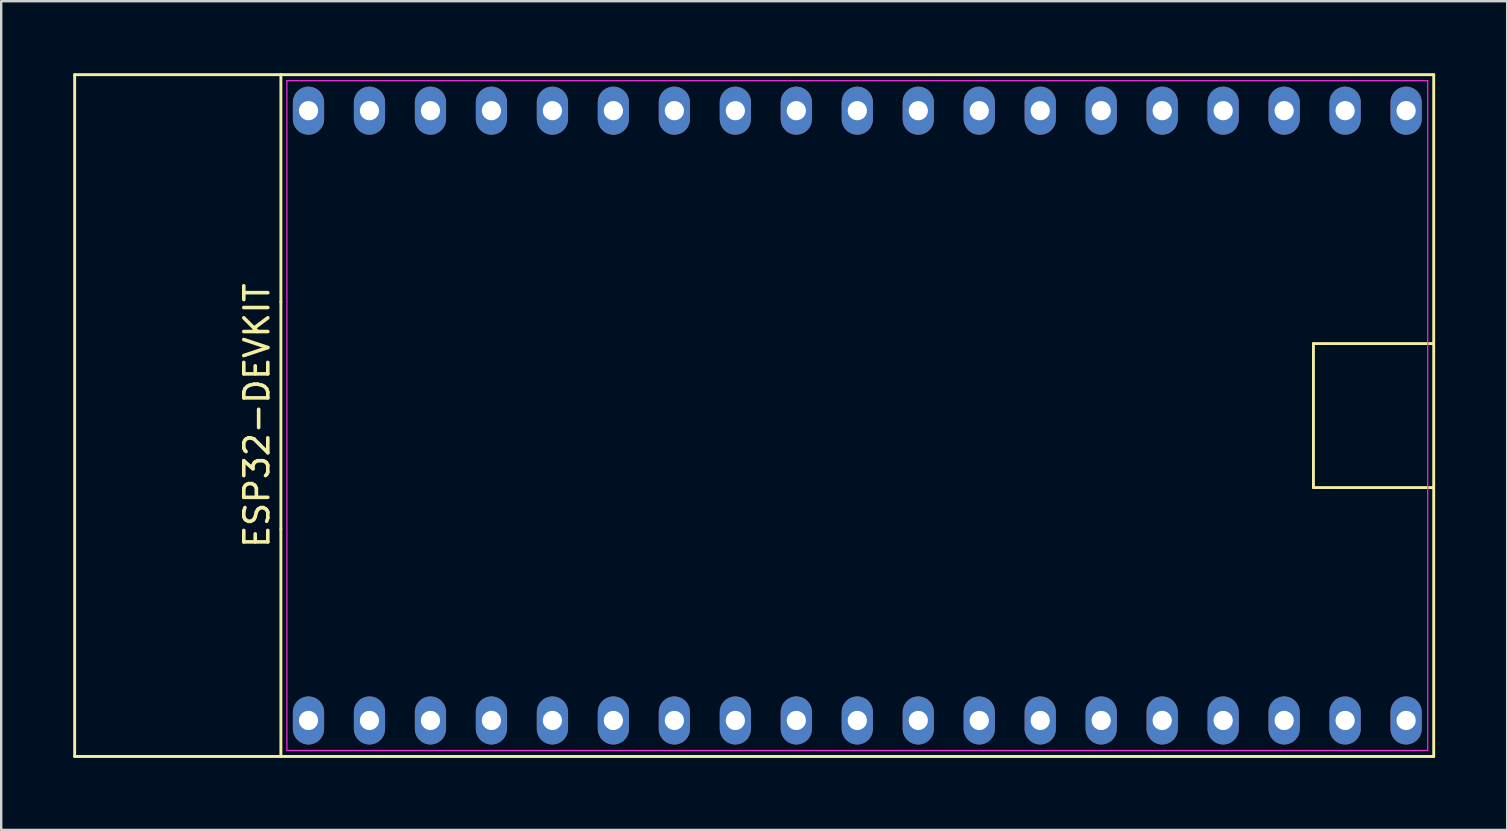
<source format=kicad_pcb>
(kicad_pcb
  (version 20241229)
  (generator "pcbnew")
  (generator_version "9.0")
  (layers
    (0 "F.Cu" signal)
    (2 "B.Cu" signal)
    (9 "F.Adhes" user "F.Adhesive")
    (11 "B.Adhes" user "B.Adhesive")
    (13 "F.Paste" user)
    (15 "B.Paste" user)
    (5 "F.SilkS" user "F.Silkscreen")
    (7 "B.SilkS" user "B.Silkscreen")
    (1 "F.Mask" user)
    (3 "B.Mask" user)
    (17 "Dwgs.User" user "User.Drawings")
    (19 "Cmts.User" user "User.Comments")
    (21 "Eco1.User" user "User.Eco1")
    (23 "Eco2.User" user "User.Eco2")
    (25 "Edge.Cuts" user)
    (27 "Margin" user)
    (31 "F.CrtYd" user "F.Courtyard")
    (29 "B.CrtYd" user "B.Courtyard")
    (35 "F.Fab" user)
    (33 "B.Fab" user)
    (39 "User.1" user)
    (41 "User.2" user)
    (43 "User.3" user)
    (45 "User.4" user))
  (footprint "ESP32-DEVKIT"
    (layer "F.Cu")
    (at 32.66 14.26)
    (property "Reference" "ESP32-DEVKIT" (at -25.01 0 90) (layer "F.SilkS") (effects (font (size 1 1) (thickness 0.15))))
    (attr through_hole)
    (fp_line (start -32.6 14.2) (end -32.6 -14.2) (stroke (width 0.12) (type solid)) (layer "F.SilkS"))
    (fp_line (start -24.01 -14.2) (end -32.6 -14.2) (stroke (width 0.12) (type solid)) (layer "F.SilkS"))
    (fp_line (start -24.01 -14.2) (end -24.01 -4.733) (stroke (width 0.12) (type solid)) (layer "F.SilkS"))
    (fp_line (start -24.01 -4.733) (end -24.01 4.733) (stroke (width 0.12) (type solid)) (layer "F.SilkS"))
    (fp_line (start -24.01 4.733) (end -24.01 14.2) (stroke (width 0.12) (type solid)) (layer "F.SilkS"))
    (fp_line (start -24.01 14.2) (end -32.6 14.2) (stroke (width 0.12) (type solid)) (layer "F.SilkS"))
    (fp_line (start -24.01 14.2) (end 24.01 14.2) (stroke (width 0.12) (type solid)) (layer "F.SilkS"))
    (fp_line (start 19 -3) (end 24 -3) (stroke (width 0.12) (type solid)) (layer "F.SilkS"))
    (fp_line (start 19 3) (end 19 -3) (stroke (width 0.12) (type solid)) (layer "F.SilkS"))
    (fp_line (start 19 3) (end 24 3) (stroke (width 0.12) (type solid)) (layer "F.SilkS"))
    (fp_line (start 24.01 -14.2) (end -24.01 -14.2) (stroke (width 0.12) (type solid)) (layer "F.SilkS"))
    (fp_line (start 24.01 14.2) (end 24.01 -14.2) (stroke (width 0.12) (type solid)) (layer "F.SilkS"))
    (fp_line (start -23.76 -13.95) (end 23.76 -13.95) (stroke (width 0.05) (type solid)) (layer "F.CrtYd"))
    (fp_line (start -23.76 13.95) (end -23.76 -13.95) (stroke (width 0.05) (type solid)) (layer "F.CrtYd"))
    (fp_line (start 23.76 -13.95) (end 23.76 13.95) (stroke (width 0.05) (type solid)) (layer "F.CrtYd"))
    (fp_line (start 23.76 13.95) (end -23.76 13.95) (stroke (width 0.05) (type solid)) (layer "F.CrtYd"))
    (pad "1" thru_hole oval (at -22.86 12.7) (size 1.3 2) (drill 0.8) (layers "*.Cu" "*.Mask"))
    (pad "2" thru_hole oval (at -20.32 12.7) (size 1.3 2) (drill 0.8) (layers "*.Cu" "*.Mask"))
    (pad "3" thru_hole oval (at -17.78 12.7) (size 1.3 2) (drill 0.8) (layers "*.Cu" "*.Mask"))
    (pad "4" thru_hole oval (at -15.24 12.7) (size 1.3 2) (drill 0.8) (layers "*.Cu" "*.Mask"))
    (pad "5" thru_hole oval (at -12.7 12.7) (size 1.3 2) (drill 0.8) (layers "*.Cu" "*.Mask"))
    (pad "6" thru_hole oval (at -10.16 12.7) (size 1.3 2) (drill 0.8) (layers "*.Cu" "*.Mask"))
    (pad "7" thru_hole oval (at -7.62 12.7) (size 1.3 2) (drill 0.8) (layers "*.Cu" "*.Mask"))
    (pad "8" thru_hole oval (at -5.08 12.7) (size 1.3 2) (drill 0.8) (layers "*.Cu" "*.Mask"))
    (pad "9" thru_hole oval (at -2.54 12.7) (size 1.3 2) (drill 0.8) (layers "*.Cu" "*.Mask"))
    (pad "10" thru_hole oval (at 0 12.7) (size 1.3 2) (drill 0.8) (layers "*.Cu" "*.Mask"))
    (pad "11" thru_hole oval (at 2.54 12.7) (size 1.3 2) (drill 0.8) (layers "*.Cu" "*.Mask"))
    (pad "12" thru_hole oval (at 5.08 12.7) (size 1.3 2) (drill 0.8) (layers "*.Cu" "*.Mask"))
    (pad "13" thru_hole oval (at 7.62 12.7) (size 1.3 2) (drill 0.8) (layers "*.Cu" "*.Mask"))
    (pad "14" thru_hole oval (at 10.16 12.7) (size 1.3 2) (drill 0.8) (layers "*.Cu" "*.Mask"))
    (pad "15" thru_hole oval (at 12.7 12.7) (size 1.3 2) (drill 0.8) (layers "*.Cu" "*.Mask"))
    (pad "16" thru_hole oval (at 15.24 12.7) (size 1.3 2) (drill 0.8) (layers "*.Cu" "*.Mask"))
    (pad "17" thru_hole oval (at 17.78 12.7) (size 1.3 2) (drill 0.8) (layers "*.Cu" "*.Mask"))
    (pad "18" thru_hole oval (at 20.32 12.7) (size 1.3 2) (drill 0.8) (layers "*.Cu" "*.Mask"))
    (pad "19" thru_hole oval (at 22.86 12.7) (size 1.3 2) (drill 0.8) (layers "*.Cu" "*.Mask"))
    (pad "20" thru_hole oval (at 22.86 -12.7) (size 1.3 2) (drill 0.8) (layers "*.Cu" "*.Mask"))
    (pad "21" thru_hole oval (at 20.32 -12.7) (size 1.3 2) (drill 0.8) (layers "*.Cu" "*.Mask"))
    (pad "22" thru_hole oval (at 17.78 -12.7) (size 1.3 2) (drill 0.8) (layers "*.Cu" "*.Mask"))
    (pad "23" thru_hole oval (at 15.24 -12.7) (size 1.3 2) (drill 0.8) (layers "*.Cu" "*.Mask"))
    (pad "24" thru_hole oval (at 12.7 -12.7) (size 1.3 2) (drill 0.8) (layers "*.Cu" "*.Mask"))
    (pad "25" thru_hole oval (at 10.16 -12.7) (size 1.3 2) (drill 0.8) (layers "*.Cu" "*.Mask"))
    (pad "26" thru_hole oval (at 7.62 -12.7) (size 1.3 2) (drill 0.8) (layers "*.Cu" "*.Mask"))
    (pad "27" thru_hole oval (at 5.08 -12.7) (size 1.3 2) (drill 0.8) (layers "*.Cu" "*.Mask"))
    (pad "28" thru_hole oval (at 2.54 -12.7) (size 1.3 2) (drill 0.8) (layers "*.Cu" "*.Mask"))
    (pad "29" thru_hole oval (at 0 -12.7) (size 1.3 2) (drill 0.8) (layers "*.Cu" "*.Mask"))
    (pad "30" thru_hole oval (at -2.54 -12.7) (size 1.3 2) (drill 0.8) (layers "*.Cu" "*.Mask"))
    (pad "31" thru_hole oval (at -5.08 -12.7) (size 1.3 2) (drill 0.8) (layers "*.Cu" "*.Mask"))
    (pad "32" thru_hole oval (at -7.62 -12.7) (size 1.3 2) (drill 0.8) (layers "*.Cu" "*.Mask"))
    (pad "33" thru_hole oval (at -10.16 -12.7) (size 1.3 2) (drill 0.8) (layers "*.Cu" "*.Mask"))
    (pad "34" thru_hole oval (at -12.7 -12.7) (size 1.3 2) (drill 0.8) (layers "*.Cu" "*.Mask"))
    (pad "35" thru_hole oval (at -15.24 -12.7) (size 1.3 2) (drill 0.8) (layers "*.Cu" "*.Mask"))
    (pad "36" thru_hole oval (at -17.78 -12.7) (size 1.3 2) (drill 0.8) (layers "*.Cu" "*.Mask"))
    (pad "37" thru_hole oval (at -20.32 -12.7) (size 1.3 2) (drill 0.8) (layers "*.Cu" "*.Mask"))
    (pad "38" thru_hole oval (at -22.86 -12.7) (size 1.3 2) (drill 0.8) (layers "*.Cu" "*.Mask")))
  (gr_rect
    (start -3 -3)
    (end 59.73 31.52)
    (stroke (width 0.1) (type default))
    (fill no)
    (layer "Edge.Cuts")))
</source>
